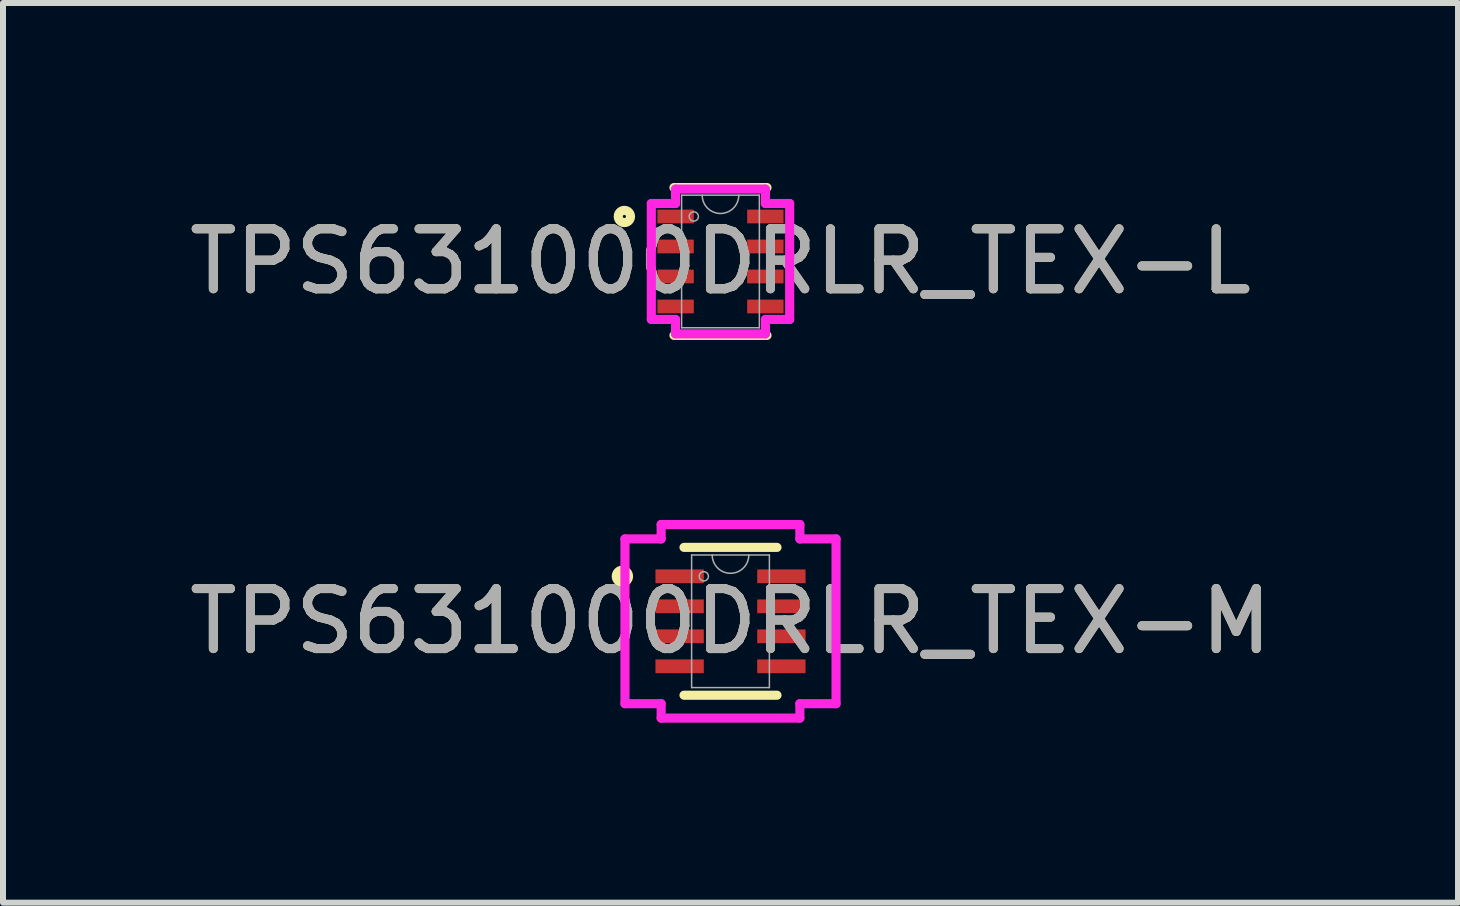
<source format=kicad_pcb>
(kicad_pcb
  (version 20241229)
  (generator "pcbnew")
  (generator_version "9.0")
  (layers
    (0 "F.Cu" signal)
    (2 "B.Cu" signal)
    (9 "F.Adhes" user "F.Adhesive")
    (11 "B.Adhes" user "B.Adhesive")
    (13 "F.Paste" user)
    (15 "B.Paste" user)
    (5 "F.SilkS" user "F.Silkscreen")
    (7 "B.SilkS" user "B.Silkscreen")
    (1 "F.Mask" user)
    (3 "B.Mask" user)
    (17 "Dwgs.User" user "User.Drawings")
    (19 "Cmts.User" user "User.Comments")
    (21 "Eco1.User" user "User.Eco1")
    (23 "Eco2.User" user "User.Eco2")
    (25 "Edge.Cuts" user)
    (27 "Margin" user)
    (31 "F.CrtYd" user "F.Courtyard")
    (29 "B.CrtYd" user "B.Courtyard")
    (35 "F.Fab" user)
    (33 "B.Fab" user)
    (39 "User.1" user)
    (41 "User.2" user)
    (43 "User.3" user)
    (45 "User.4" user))
  (footprint "TPS631000DRLR_TEX-L"
    (layer "F.Cu")
    (at 8.958 1.308)
    (property "Reference" "TPS631000DRLR_TEX-L" (at 0 0 0) (unlocked yes) (layer "F.SilkS") (effects (font (size 1 1) (thickness 0.15))))
    (attr smd)
    (fp_line (start -0.775 1.232) (end 0.775 1.232) (stroke (width 0.152) (type solid)) (layer "F.SilkS"))
    (fp_line (start 0.775 -1.232) (end -0.775 -1.232) (stroke (width 0.152) (type solid)) (layer "F.SilkS"))
    (fp_circle (center -1.602 -0.75) (end -1.5 -0.75) (stroke (width 0.152) (type solid)) (fill no) (layer "F.SilkS"))
    (fp_line (start -1.153 -0.966) (end -0.749 -0.966) (stroke (width 0.152) (type solid)) (layer "F.CrtYd"))
    (fp_line (start -1.153 0.966) (end -1.153 -0.966) (stroke (width 0.152) (type solid)) (layer "F.CrtYd"))
    (fp_line (start -1.153 0.966) (end -0.749 0.966) (stroke (width 0.152) (type solid)) (layer "F.CrtYd"))
    (fp_line (start -0.749 -1.206) (end 0.749 -1.206) (stroke (width 0.152) (type solid)) (layer "F.CrtYd"))
    (fp_line (start -0.749 -0.966) (end -0.749 -1.206) (stroke (width 0.152) (type solid)) (layer "F.CrtYd"))
    (fp_line (start -0.749 1.206) (end -0.749 0.966) (stroke (width 0.152) (type solid)) (layer "F.CrtYd"))
    (fp_line (start 0.749 -1.206) (end 0.749 -0.966) (stroke (width 0.152) (type solid)) (layer "F.CrtYd"))
    (fp_line (start 0.749 0.966) (end 0.749 1.206) (stroke (width 0.152) (type solid)) (layer "F.CrtYd"))
    (fp_line (start 0.749 1.206) (end -0.749 1.206) (stroke (width 0.152) (type solid)) (layer "F.CrtYd"))
    (fp_line (start 1.153 -0.966) (end 0.749 -0.966) (stroke (width 0.152) (type solid)) (layer "F.CrtYd"))
    (fp_line (start 1.153 -0.966) (end 1.153 0.966) (stroke (width 0.152) (type solid)) (layer "F.CrtYd"))
    (fp_line (start 1.153 0.966) (end 0.749 0.966) (stroke (width 0.152) (type solid)) (layer "F.CrtYd"))
    (fp_line (start -0.648 -1.105) (end -0.648 1.105) (stroke (width 0.025) (type solid)) (layer "F.Fab"))
    (fp_line (start -0.648 1.105) (end 0.648 1.105) (stroke (width 0.025) (type solid)) (layer "F.Fab"))
    (fp_line (start 0.648 -1.105) (end -0.648 -1.105) (stroke (width 0.025) (type solid)) (layer "F.Fab"))
    (fp_line (start 0.648 1.105) (end 0.648 -1.105) (stroke (width 0.025) (type solid)) (layer "F.Fab"))
    (fp_arc (start 0.3048 -1.1049) (mid 0 -0.8001) (end -0.3048 -1.1049) (stroke (width 0.0254) (type solid)) (layer "F.Fab"))
    (fp_circle (center -0.445 -0.75) (end -0.368 -0.75) (stroke (width 0.025) (type solid)) (fill no) (layer "F.Fab"))
    (fp_text user "${REFERENCE}" (at 0 0 0) (unlocked yes) (layer "F.Fab") (effects (font (size 1 1) (thickness 0.15))))
    (pad "1" smd rect (at -0.748 -0.75) (size 0.606 0.229) (layers "F.Cu" "F.Mask" "F.Paste"))
    (pad "2" smd rect (at -0.748 -0.25) (size 0.606 0.229) (layers "F.Cu" "F.Mask" "F.Paste"))
    (pad "3" smd rect (at -0.748 0.25) (size 0.606 0.229) (layers "F.Cu" "F.Mask" "F.Paste"))
    (pad "4" smd rect (at -0.748 0.75) (size 0.606 0.229) (layers "F.Cu" "F.Mask" "F.Paste"))
    (pad "5" smd rect (at 0.748 0.75) (size 0.606 0.229) (layers "F.Cu" "F.Mask" "F.Paste"))
    (pad "6" smd rect (at 0.748 0.25) (size 0.606 0.229) (layers "F.Cu" "F.Mask" "F.Paste"))
    (pad "7" smd rect (at 0.748 -0.25) (size 0.606 0.229) (layers "F.Cu" "F.Mask" "F.Paste"))
    (pad "8" smd rect (at 0.748 -0.75) (size 0.606 0.229) (layers "F.Cu" "F.Mask" "F.Paste")))
  (footprint "TPS631000DRLR_TEX-M"
    (layer "F.Cu")
    (at 9.125 7.305)
    (property "Reference" "TPS631000DRLR_TEX-M" (at 0 0 0) (unlocked yes) (layer "F.SilkS") (effects (font (size 1 1) (thickness 0.15))))
    (attr smd)
    (fp_line (start -0.775 1.232) (end 0.775 1.232) (stroke (width 0.152) (type solid)) (layer "F.SilkS"))
    (fp_line (start 0.775 -1.232) (end -0.775 -1.232) (stroke (width 0.152) (type solid)) (layer "F.SilkS"))
    (fp_circle (center -1.802 -0.75) (end -1.7 -0.75) (stroke (width 0.152) (type solid)) (fill no) (layer "F.SilkS"))
    (fp_line (start -1.759 -1.373) (end -1.156 -1.373) (stroke (width 0.152) (type solid)) (layer "F.CrtYd"))
    (fp_line (start -1.759 1.373) (end -1.759 -1.373) (stroke (width 0.152) (type solid)) (layer "F.CrtYd"))
    (fp_line (start -1.759 1.373) (end -1.156 1.373) (stroke (width 0.152) (type solid)) (layer "F.CrtYd"))
    (fp_line (start -1.156 -1.613) (end 1.156 -1.613) (stroke (width 0.152) (type solid)) (layer "F.CrtYd"))
    (fp_line (start -1.156 -1.373) (end -1.156 -1.613) (stroke (width 0.152) (type solid)) (layer "F.CrtYd"))
    (fp_line (start -1.156 1.613) (end -1.156 1.373) (stroke (width 0.152) (type solid)) (layer "F.CrtYd"))
    (fp_line (start 1.156 -1.613) (end 1.156 -1.373) (stroke (width 0.152) (type solid)) (layer "F.CrtYd"))
    (fp_line (start 1.156 1.373) (end 1.156 1.613) (stroke (width 0.152) (type solid)) (layer "F.CrtYd"))
    (fp_line (start 1.156 1.613) (end -1.156 1.613) (stroke (width 0.152) (type solid)) (layer "F.CrtYd"))
    (fp_line (start 1.759 -1.373) (end 1.156 -1.373) (stroke (width 0.152) (type solid)) (layer "F.CrtYd"))
    (fp_line (start 1.759 -1.373) (end 1.759 1.373) (stroke (width 0.152) (type solid)) (layer "F.CrtYd"))
    (fp_line (start 1.759 1.373) (end 1.156 1.373) (stroke (width 0.152) (type solid)) (layer "F.CrtYd"))
    (fp_line (start -0.648 -1.105) (end -0.648 1.105) (stroke (width 0.025) (type solid)) (layer "F.Fab"))
    (fp_line (start -0.648 1.105) (end 0.648 1.105) (stroke (width 0.025) (type solid)) (layer "F.Fab"))
    (fp_line (start 0.648 -1.105) (end -0.648 -1.105) (stroke (width 0.025) (type solid)) (layer "F.Fab"))
    (fp_line (start 0.648 1.105) (end 0.648 -1.105) (stroke (width 0.025) (type solid)) (layer "F.Fab"))
    (fp_arc (start 0.3048 -1.1049) (mid 0 -0.8001) (end -0.3048 -1.1049) (stroke (width 0.0254) (type solid)) (layer "F.Fab"))
    (fp_circle (center -0.445 -0.75) (end -0.368 -0.75) (stroke (width 0.025) (type solid)) (fill no) (layer "F.Fab"))
    (fp_text user "${REFERENCE}" (at 0 0 0) (unlocked yes) (layer "F.Fab") (effects (font (size 1 1) (thickness 0.15))))
    (pad "1" smd rect (at -0.848 -0.75) (size 0.806 0.229) (layers "F.Cu" "F.Mask" "F.Paste"))
    (pad "2" smd rect (at -0.848 -0.25) (size 0.806 0.229) (layers "F.Cu" "F.Mask" "F.Paste"))
    (pad "3" smd rect (at -0.848 0.25) (size 0.806 0.229) (layers "F.Cu" "F.Mask" "F.Paste"))
    (pad "4" smd rect (at -0.848 0.75) (size 0.806 0.229) (layers "F.Cu" "F.Mask" "F.Paste"))
    (pad "5" smd rect (at 0.848 0.75) (size 0.806 0.229) (layers "F.Cu" "F.Mask" "F.Paste"))
    (pad "6" smd rect (at 0.848 0.25) (size 0.806 0.229) (layers "F.Cu" "F.Mask" "F.Paste"))
    (pad "7" smd rect (at 0.848 -0.25) (size 0.806 0.229) (layers "F.Cu" "F.Mask" "F.Paste"))
    (pad "8" smd rect (at 0.848 -0.75) (size 0.806 0.229) (layers "F.Cu" "F.Mask" "F.Paste")))
  (gr_rect
    (start -3 -3)
    (end 21.25 11.994)
    (stroke (width 0.1) (type default))
    (fill no)
    (layer "Edge.Cuts")))
</source>
